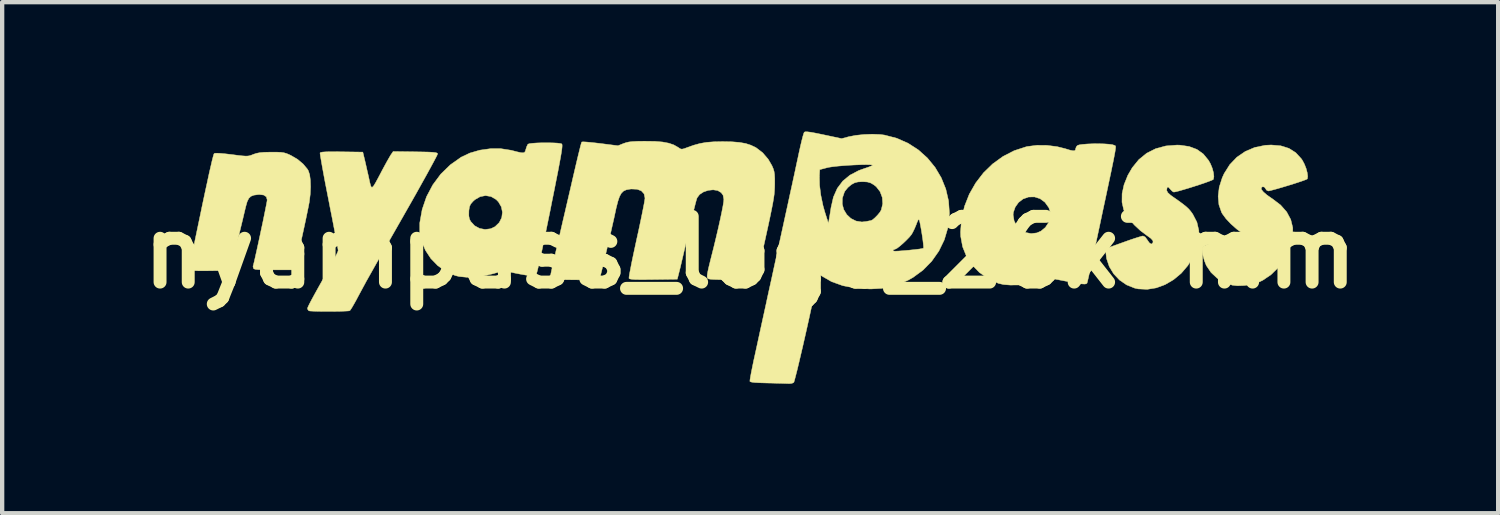
<source format=kicad_pcb>
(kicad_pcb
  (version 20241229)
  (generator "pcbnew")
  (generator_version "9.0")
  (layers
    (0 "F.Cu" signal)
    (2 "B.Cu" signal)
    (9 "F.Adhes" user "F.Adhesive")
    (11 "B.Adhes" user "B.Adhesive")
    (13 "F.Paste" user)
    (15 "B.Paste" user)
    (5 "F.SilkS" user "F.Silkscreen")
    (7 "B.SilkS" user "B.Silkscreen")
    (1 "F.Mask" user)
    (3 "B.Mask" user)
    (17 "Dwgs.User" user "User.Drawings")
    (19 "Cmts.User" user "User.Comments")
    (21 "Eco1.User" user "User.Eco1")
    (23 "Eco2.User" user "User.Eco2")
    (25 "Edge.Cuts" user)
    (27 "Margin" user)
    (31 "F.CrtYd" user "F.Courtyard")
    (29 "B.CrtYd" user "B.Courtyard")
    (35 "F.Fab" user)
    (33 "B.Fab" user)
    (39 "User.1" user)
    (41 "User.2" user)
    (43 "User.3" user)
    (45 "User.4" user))
  (footprint "nyampass_logo_26x7mm"
    (layer "F.Cu")
    (at 14.34 2.8)
    (property "Reference" "nyampass_logo_26x7mm" (at 0 0 0) (layer "F.SilkS") (effects (font (size 1.524 1.524) (thickness 0.3))))
    (attr through_hole)
    (fp_poly (pts (xy 9.963 -2.485) (xy 10.176 -2.454) (xy 10.356 -2.387) (xy 10.504 -2.281) (xy 10.624 -2.135) (xy 10.669 -2.056) (xy 10.712 -1.952) (xy 10.74 -1.848) (xy 10.75 -1.758) (xy 10.739 -1.696) (xy 10.735 -1.689) (xy 10.704 -1.673) (xy 10.635 -1.646) (xy 10.536 -1.61) (xy 10.417 -1.57) (xy 10.287 -1.528) (xy 10.157 -1.487) (xy 10.035 -1.451) (xy 9.931 -1.421) (xy 9.855 -1.403) (xy 9.819 -1.397) (xy 9.787 -1.415) (xy 9.744 -1.459) (xy 9.737 -1.467) (xy 9.699 -1.51) (xy 9.678 -1.516) (xy 9.664 -1.492) (xy 9.655 -1.438) (xy 9.68 -1.386) (xy 9.743 -1.328) (xy 9.784 -1.298) (xy 9.924 -1.2) (xy 10.029 -1.123) (xy 10.107 -1.061) (xy 10.166 -1.006) (xy 10.213 -0.951) (xy 10.256 -0.891) (xy 10.261 -0.884) (xy 10.356 -0.7) (xy 10.401 -0.505) (xy 10.398 -0.299) (xy 10.346 -0.08) (xy 10.272 0.097) (xy 10.147 0.305) (xy 9.993 0.485) (xy 9.815 0.633) (xy 9.62 0.747) (xy 9.415 0.823) (xy 9.205 0.857) (xy 8.997 0.847) (xy 8.914 0.829) (xy 8.728 0.755) (xy 8.563 0.642) (xy 8.427 0.498) (xy 8.325 0.33) (xy 8.263 0.147) (xy 8.248 0.031) (xy 8.242 -0.086) (xy 8.649 -0.232) (xy 8.786 -0.281) (xy 8.91 -0.323) (xy 9.012 -0.355) (xy 9.081 -0.375) (xy 9.106 -0.38) (xy 9.157 -0.356) (xy 9.208 -0.286) (xy 9.253 -0.221) (xy 9.296 -0.193) (xy 9.328 -0.205) (xy 9.341 -0.241) (xy 9.331 -0.279) (xy 9.287 -0.326) (xy 9.203 -0.387) (xy 9.193 -0.394) (xy 9.045 -0.505) (xy 8.907 -0.634) (xy 8.788 -0.77) (xy 8.699 -0.903) (xy 8.661 -0.982) (xy 8.62 -1.163) (xy 8.622 -1.361) (xy 8.668 -1.57) (xy 8.755 -1.786) (xy 8.858 -1.963) (xy 9.011 -2.151) (xy 9.193 -2.299) (xy 9.402 -2.404) (xy 9.637 -2.467) (xy 9.894 -2.487) (xy 9.963 -2.485)) (stroke (width 0.01) (type solid)) (fill yes) (layer "F.SilkS"))
    (fp_poly (pts (xy 12.3 -2.47) (xy 12.489 -2.411) (xy 12.647 -2.311) (xy 12.776 -2.171) (xy 12.8 -2.136) (xy 12.848 -2.046) (xy 12.888 -1.945) (xy 12.914 -1.846) (xy 12.925 -1.763) (xy 12.917 -1.708) (xy 12.912 -1.7) (xy 12.88 -1.685) (xy 12.809 -1.659) (xy 12.709 -1.625) (xy 12.589 -1.586) (xy 12.459 -1.546) (xy 12.329 -1.507) (xy 12.209 -1.472) (xy 12.109 -1.445) (xy 12.038 -1.427) (xy 12.01 -1.423) (xy 11.968 -1.444) (xy 11.951 -1.473) (xy 11.919 -1.515) (xy 11.877 -1.521) (xy 11.848 -1.497) (xy 11.852 -1.457) (xy 11.898 -1.4) (xy 11.98 -1.329) (xy 12.094 -1.249) (xy 12.107 -1.241) (xy 12.296 -1.097) (xy 12.438 -0.936) (xy 12.532 -0.76) (xy 12.579 -0.568) (xy 12.576 -0.363) (xy 12.563 -0.285) (xy 12.493 -0.055) (xy 12.383 0.161) (xy 12.24 0.355) (xy 12.071 0.52) (xy 11.881 0.648) (xy 11.753 0.707) (xy 11.61 0.747) (xy 11.449 0.769) (xy 11.292 0.774) (xy 11.179 0.761) (xy 10.995 0.7) (xy 10.826 0.599) (xy 10.684 0.466) (xy 10.578 0.31) (xy 10.569 0.291) (xy 10.532 0.199) (xy 10.503 0.098) (xy 10.482 0.001) (xy 10.474 -0.078) (xy 10.48 -0.126) (xy 10.484 -0.131) (xy 10.516 -0.148) (xy 10.586 -0.177) (xy 10.685 -0.215) (xy 10.802 -0.259) (xy 10.928 -0.304) (xy 11.052 -0.347) (xy 11.164 -0.384) (xy 11.255 -0.413) (xy 11.314 -0.429) (xy 11.329 -0.432) (xy 11.369 -0.41) (xy 11.405 -0.355) (xy 11.405 -0.355) (xy 11.442 -0.293) (xy 11.487 -0.251) (xy 11.528 -0.24) (xy 11.541 -0.246) (xy 11.557 -0.293) (xy 11.523 -0.351) (xy 11.44 -0.421) (xy 11.424 -0.432) (xy 11.279 -0.54) (xy 11.144 -0.66) (xy 11.031 -0.78) (xy 10.949 -0.891) (xy 10.929 -0.925) (xy 10.867 -1.103) (xy 10.849 -1.3) (xy 10.874 -1.51) (xy 10.943 -1.728) (xy 10.988 -1.827) (xy 11.119 -2.035) (xy 11.284 -2.207) (xy 11.479 -2.34) (xy 11.699 -2.433) (xy 11.941 -2.482) (xy 12.079 -2.489) (xy 12.3 -2.47)) (stroke (width 0.01) (type solid)) (fill yes) (layer "F.SilkS"))
    (fp_poly (pts (xy -4.578 -2.538) (xy -4.475 -2.533) (xy -4.401 -2.524) (xy -4.369 -2.515) (xy -4.362 -2.505) (xy -4.359 -2.482) (xy -4.36 -2.444) (xy -4.366 -2.387) (xy -4.378 -2.306) (xy -4.396 -2.199) (xy -4.421 -2.063) (xy -4.453 -1.892) (xy -4.494 -1.685) (xy -4.543 -1.436) (xy -4.602 -1.144) (xy -4.635 -0.975) (xy -4.707 -0.624) (xy -4.769 -0.32) (xy -4.823 -0.064) (xy -4.868 0.145) (xy -4.905 0.31) (xy -4.935 0.432) (xy -4.957 0.511) (xy -4.972 0.549) (xy -4.976 0.553) (xy -5.012 0.554) (xy -5.089 0.545) (xy -5.195 0.528) (xy -5.321 0.506) (xy -5.369 0.497) (xy -5.728 0.426) (xy -5.956 0.494) (xy -6.163 0.543) (xy -6.372 0.571) (xy -6.57 0.577) (xy -6.744 0.56) (xy -6.839 0.537) (xy -7.054 0.441) (xy -7.243 0.307) (xy -7.403 0.142) (xy -7.528 -0.048) (xy -7.615 -0.257) (xy -7.659 -0.478) (xy -7.659 -0.683) (xy -7.63 -0.845) (xy -6.522 -0.845) (xy -6.507 -0.772) (xy -6.479 -0.717) (xy -6.389 -0.618) (xy -6.274 -0.555) (xy -6.146 -0.531) (xy -6.016 -0.547) (xy -5.915 -0.595) (xy -5.817 -0.69) (xy -5.759 -0.804) (xy -5.743 -0.93) (xy -5.768 -1.055) (xy -5.835 -1.17) (xy -5.89 -1.226) (xy -6.007 -1.294) (xy -6.134 -1.316) (xy -6.261 -1.291) (xy -6.381 -1.222) (xy -6.425 -1.182) (xy -6.478 -1.121) (xy -6.506 -1.06) (xy -6.519 -0.979) (xy -6.521 -0.946) (xy -6.522 -0.845) (xy -7.63 -0.845) (xy -7.603 -0.996) (xy -7.502 -1.291) (xy -7.357 -1.565) (xy -7.173 -1.813) (xy -6.951 -2.029) (xy -6.701 -2.206) (xy -6.498 -2.302) (xy -6.267 -2.369) (xy -6.022 -2.403) (xy -5.776 -2.403) (xy -5.545 -2.367) (xy -5.524 -2.362) (xy -5.4 -2.33) (xy -5.315 -2.311) (xy -5.262 -2.307) (xy -5.231 -2.318) (xy -5.213 -2.345) (xy -5.2 -2.388) (xy -5.178 -2.456) (xy -5.153 -2.505) (xy -5.151 -2.508) (xy -5.116 -2.52) (xy -5.043 -2.529) (xy -4.941 -2.536) (xy -4.822 -2.54) (xy -4.697 -2.54) (xy -4.578 -2.538)) (stroke (width 0.01) (type solid)) (fill yes) (layer "F.SilkS"))
    (fp_poly (pts (xy 8.203 -2.515) (xy 8.315 -2.507) (xy 8.399 -2.496) (xy 8.444 -2.481) (xy 8.452 -2.476) (xy 8.46 -2.474) (xy 8.466 -2.47) (xy 8.47 -2.462) (xy 8.472 -2.446) (xy 8.471 -2.42) (xy 8.466 -2.382) (xy 8.458 -2.327) (xy 8.444 -2.253) (xy 8.426 -2.157) (xy 8.401 -2.037) (xy 8.371 -1.888) (xy 8.333 -1.709) (xy 8.288 -1.496) (xy 8.235 -1.246) (xy 8.173 -0.957) (xy 8.103 -0.625) (xy 8.022 -0.247) (xy 7.986 -0.079) (xy 7.945 0.113) (xy 7.907 0.288) (xy 7.873 0.442) (xy 7.845 0.567) (xy 7.824 0.657) (xy 7.811 0.707) (xy 7.808 0.715) (xy 7.79 0.729) (xy 7.752 0.735) (xy 7.69 0.731) (xy 7.595 0.718) (xy 7.462 0.695) (xy 7.329 0.67) (xy 6.985 0.604) (xy 6.75 0.673) (xy 6.581 0.713) (xy 6.396 0.741) (xy 6.209 0.756) (xy 6.031 0.758) (xy 5.876 0.746) (xy 5.756 0.719) (xy 5.753 0.718) (xy 5.518 0.609) (xy 5.314 0.466) (xy 5.145 0.291) (xy 5.014 0.091) (xy 4.925 -0.13) (xy 4.881 -0.369) (xy 4.877 -0.472) (xy 4.901 -0.776) (xy 4.922 -0.868) (xy 6.096 -0.868) (xy 6.119 -0.73) (xy 6.18 -0.612) (xy 6.273 -0.521) (xy 6.387 -0.46) (xy 6.514 -0.435) (xy 6.646 -0.451) (xy 6.742 -0.493) (xy 6.844 -0.578) (xy 6.917 -0.69) (xy 6.955 -0.815) (xy 6.955 -0.941) (xy 6.924 -1.036) (xy 6.834 -1.161) (xy 6.72 -1.245) (xy 6.59 -1.286) (xy 6.452 -1.283) (xy 6.324 -1.237) (xy 6.221 -1.157) (xy 6.144 -1.048) (xy 6.101 -0.924) (xy 6.096 -0.868) (xy 4.922 -0.868) (xy 4.97 -1.07) (xy 5.08 -1.349) (xy 5.228 -1.608) (xy 5.409 -1.844) (xy 5.621 -2.05) (xy 5.86 -2.223) (xy 6.12 -2.357) (xy 6.4 -2.448) (xy 6.435 -2.455) (xy 6.648 -2.482) (xy 6.882 -2.48) (xy 7.117 -2.45) (xy 7.301 -2.404) (xy 7.412 -2.37) (xy 7.484 -2.355) (xy 7.525 -2.358) (xy 7.542 -2.379) (xy 7.544 -2.4) (xy 7.56 -2.445) (xy 7.584 -2.475) (xy 7.625 -2.491) (xy 7.706 -2.503) (xy 7.816 -2.512) (xy 7.942 -2.517) (xy 8.075 -2.518) (xy 8.203 -2.515)) (stroke (width 0.01) (type solid)) (fill yes) (layer "F.SilkS"))
    (fp_poly (pts (xy -7.764 -2.331) (xy -7.587 -2.328) (xy -7.455 -2.325) (xy -7.361 -2.32) (xy -7.3 -2.313) (xy -7.264 -2.304) (xy -7.248 -2.292) (xy -7.245 -2.286) (xy -7.256 -2.257) (xy -7.29 -2.189) (xy -7.346 -2.084) (xy -7.42 -1.947) (xy -7.511 -1.781) (xy -7.617 -1.591) (xy -7.735 -1.379) (xy -7.864 -1.151) (xy -8.002 -0.909) (xy -8.028 -0.863) (xy -8.17 -0.614) (xy -8.307 -0.374) (xy -8.436 -0.147) (xy -8.555 0.063) (xy -8.662 0.25) (xy -8.753 0.412) (xy -8.827 0.543) (xy -8.881 0.639) (xy -8.913 0.696) (xy -8.914 0.699) (xy -8.971 0.804) (xy -9.04 0.932) (xy -9.109 1.061) (xy -9.132 1.105) (xy -9.187 1.203) (xy -9.234 1.284) (xy -9.269 1.337) (xy -9.282 1.352) (xy -9.315 1.358) (xy -9.388 1.362) (xy -9.492 1.366) (xy -9.617 1.368) (xy -9.752 1.369) (xy -9.887 1.369) (xy -10.013 1.367) (xy -10.119 1.364) (xy -10.195 1.36) (xy -10.23 1.355) (xy -10.257 1.322) (xy -10.262 1.296) (xy -10.249 1.263) (xy -10.215 1.192) (xy -10.161 1.089) (xy -10.091 0.961) (xy -10.009 0.813) (xy -9.918 0.651) (xy -9.906 0.631) (xy -9.814 0.469) (xy -9.73 0.318) (xy -9.659 0.186) (xy -9.603 0.078) (xy -9.566 0.002) (xy -9.551 -0.038) (xy -9.551 -0.04) (xy -9.555 -0.075) (xy -9.569 -0.155) (xy -9.591 -0.274) (xy -9.619 -0.426) (xy -9.654 -0.607) (xy -9.693 -0.811) (xy -9.737 -1.032) (xy -9.766 -1.183) (xy -9.811 -1.412) (xy -9.853 -1.626) (xy -9.889 -1.82) (xy -9.92 -1.989) (xy -9.944 -2.127) (xy -9.961 -2.229) (xy -9.97 -2.29) (xy -9.97 -2.306) (xy -9.954 -2.317) (xy -9.912 -2.325) (xy -9.839 -2.33) (xy -9.73 -2.333) (xy -9.578 -2.332) (xy -9.468 -2.331) (xy -8.979 -2.324) (xy -8.936 -2.146) (xy -8.911 -2.039) (xy -8.881 -1.905) (xy -8.849 -1.767) (xy -8.838 -1.716) (xy -8.817 -1.619) (xy -8.799 -1.551) (xy -8.782 -1.513) (xy -8.76 -1.509) (xy -8.729 -1.54) (xy -8.687 -1.608) (xy -8.628 -1.716) (xy -8.549 -1.866) (xy -8.542 -1.88) (xy -8.477 -2.001) (xy -8.416 -2.112) (xy -8.365 -2.201) (xy -8.331 -2.259) (xy -8.325 -2.267) (xy -8.276 -2.338) (xy -7.764 -2.331)) (stroke (width 0.01) (type solid)) (fill yes) (layer "F.SilkS"))
    (fp_poly (pts (xy -10.971 -2.323) (xy -10.878 -2.319) (xy -10.808 -2.309) (xy -10.746 -2.291) (xy -10.678 -2.262) (xy -10.643 -2.245) (xy -10.491 -2.156) (xy -10.361 -2.046) (xy -10.263 -1.928) (xy -10.242 -1.892) (xy -10.212 -1.801) (xy -10.195 -1.673) (xy -10.19 -1.518) (xy -10.198 -1.349) (xy -10.219 -1.177) (xy -10.223 -1.15) (xy -10.241 -1.057) (xy -10.268 -0.925) (xy -10.301 -0.765) (xy -10.339 -0.587) (xy -10.38 -0.4) (xy -10.421 -0.214) (xy -10.46 -0.04) (xy -10.495 0.113) (xy -10.524 0.236) (xy -10.543 0.311) (xy -10.568 0.406) (xy -11.035 0.406) (xy -11.202 0.406) (xy -11.325 0.404) (xy -11.411 0.4) (xy -11.467 0.394) (xy -11.499 0.384) (xy -11.514 0.371) (xy -11.516 0.366) (xy -11.525 0.322) (xy -11.521 0.309) (xy -11.512 0.278) (xy -11.494 0.205) (xy -11.47 0.097) (xy -11.44 -0.037) (xy -11.406 -0.192) (xy -11.37 -0.358) (xy -11.334 -0.528) (xy -11.298 -0.695) (xy -11.266 -0.852) (xy -11.238 -0.99) (xy -11.216 -1.101) (xy -11.201 -1.18) (xy -11.196 -1.217) (xy -11.216 -1.288) (xy -11.277 -1.329) (xy -11.376 -1.341) (xy -11.41 -1.339) (xy -11.505 -1.326) (xy -11.574 -1.299) (xy -11.623 -1.252) (xy -11.661 -1.174) (xy -11.694 -1.058) (xy -11.708 -0.999) (xy -11.732 -0.899) (xy -11.764 -0.762) (xy -11.804 -0.598) (xy -11.847 -0.418) (xy -11.892 -0.234) (xy -11.909 -0.165) (xy -12.054 0.419) (xy -12.5 0.426) (xy -12.67 0.428) (xy -12.796 0.427) (xy -12.883 0.423) (xy -12.939 0.416) (xy -12.969 0.404) (xy -12.975 0.399) (xy -12.981 0.375) (xy -12.979 0.325) (xy -12.969 0.245) (xy -12.95 0.13) (xy -12.921 -0.023) (xy -12.882 -0.22) (xy -12.851 -0.37) (xy -12.77 -0.756) (xy -12.7 -1.094) (xy -12.638 -1.385) (xy -12.584 -1.633) (xy -12.54 -1.838) (xy -12.502 -2.002) (xy -12.473 -2.128) (xy -12.45 -2.217) (xy -12.434 -2.272) (xy -12.424 -2.292) (xy -12.388 -2.299) (xy -12.306 -2.297) (xy -12.181 -2.286) (xy -12.024 -2.268) (xy -11.879 -2.249) (xy -11.774 -2.237) (xy -11.699 -2.232) (xy -11.644 -2.233) (xy -11.6 -2.241) (xy -11.555 -2.256) (xy -11.52 -2.271) (xy -11.447 -2.295) (xy -11.367 -2.311) (xy -11.266 -2.32) (xy -11.13 -2.323) (xy -11.1 -2.323) (xy -10.971 -2.323)) (stroke (width 0.01) (type solid)) (fill yes) (layer "F.SilkS"))
    (fp_poly (pts (xy -2.206 -2.573) (xy -2.029 -2.558) (xy -1.887 -2.531) (xy -1.77 -2.491) (xy -1.672 -2.435) (xy -1.667 -2.432) (xy -1.621 -2.401) (xy -1.583 -2.392) (xy -1.533 -2.403) (xy -1.476 -2.424) (xy -1.311 -2.483) (xy -1.162 -2.524) (xy -1.012 -2.55) (xy -0.845 -2.563) (xy -0.645 -2.567) (xy -0.635 -2.567) (xy -0.422 -2.563) (xy -0.249 -2.549) (xy -0.106 -2.524) (xy 0.015 -2.485) (xy 0.126 -2.432) (xy 0.14 -2.424) (xy 0.289 -2.31) (xy 0.418 -2.159) (xy 0.505 -2.01) (xy 0.535 -1.94) (xy 0.554 -1.877) (xy 0.565 -1.805) (xy 0.57 -1.711) (xy 0.57 -1.587) (xy 0.568 -1.506) (xy 0.564 -1.427) (xy 0.557 -1.344) (xy 0.544 -1.252) (xy 0.525 -1.141) (xy 0.499 -1.007) (xy 0.465 -0.841) (xy 0.422 -0.638) (xy 0.385 -0.47) (xy 0.34 -0.264) (xy 0.297 -0.07) (xy 0.258 0.108) (xy 0.224 0.261) (xy 0.196 0.382) (xy 0.177 0.465) (xy 0.169 0.495) (xy 0.136 0.622) (xy -0.411 0.629) (xy -0.598 0.631) (xy -0.74 0.631) (xy -0.843 0.628) (xy -0.914 0.623) (xy -0.959 0.616) (xy -0.983 0.605) (xy -0.988 0.6) (xy -0.996 0.576) (xy -0.996 0.53) (xy -0.984 0.457) (xy -0.961 0.35) (xy -0.925 0.203) (xy -0.905 0.123) (xy -0.844 -0.118) (xy -0.788 -0.35) (xy -0.737 -0.568) (xy -0.693 -0.766) (xy -0.657 -0.938) (xy -0.63 -1.077) (xy -0.614 -1.179) (xy -0.61 -1.229) (xy -0.628 -1.325) (xy -0.672 -1.385) (xy -0.753 -1.434) (xy -0.858 -1.45) (xy -0.972 -1.438) (xy -1.081 -1.401) (xy -1.172 -1.342) (xy -1.231 -1.263) (xy -1.231 -1.263) (xy -1.246 -1.217) (xy -1.27 -1.129) (xy -1.301 -1.006) (xy -1.338 -0.855) (xy -1.379 -0.684) (xy -1.422 -0.501) (xy -1.423 -0.495) (xy -1.467 -0.302) (xy -1.511 -0.114) (xy -1.552 0.061) (xy -1.588 0.213) (xy -1.616 0.333) (xy -1.634 0.406) (xy -1.689 0.622) (xy -2.242 0.629) (xy -2.428 0.631) (xy -2.57 0.631) (xy -2.672 0.629) (xy -2.742 0.624) (xy -2.784 0.617) (xy -2.805 0.607) (xy -2.809 0.6) (xy -2.807 0.568) (xy -2.795 0.492) (xy -2.773 0.378) (xy -2.745 0.233) (xy -2.709 0.061) (xy -2.668 -0.13) (xy -2.631 -0.302) (xy -2.585 -0.509) (xy -2.544 -0.703) (xy -2.508 -0.878) (xy -2.478 -1.027) (xy -2.455 -1.146) (xy -2.442 -1.226) (xy -2.438 -1.258) (xy -2.459 -1.356) (xy -2.521 -1.425) (xy -2.619 -1.463) (xy -2.752 -1.469) (xy -2.786 -1.466) (xy -2.869 -1.451) (xy -2.934 -1.422) (xy -2.986 -1.371) (xy -3.029 -1.293) (xy -3.067 -1.181) (xy -3.106 -1.028) (xy -3.122 -0.953) (xy -3.155 -0.799) (xy -3.194 -0.628) (xy -3.235 -0.445) (xy -3.278 -0.258) (xy -3.322 -0.072) (xy -3.364 0.104) (xy -3.402 0.264) (xy -3.436 0.402) (xy -3.463 0.509) (xy -3.483 0.581) (xy -3.492 0.608) (xy -3.522 0.618) (xy -3.594 0.626) (xy -3.698 0.632) (xy -3.825 0.635) (xy -3.967 0.637) (xy -4.115 0.636) (xy -4.259 0.634) (xy -4.392 0.63) (xy -4.503 0.624) (xy -4.584 0.616) (xy -4.625 0.607) (xy -4.629 0.603) (xy -4.632 0.595) (xy -4.633 0.585) (xy -4.632 0.569) (xy -4.629 0.544) (xy -4.622 0.505) (xy -4.61 0.448) (xy -4.593 0.37) (xy -4.57 0.268) (xy -4.54 0.137) (xy -4.503 -0.027) (xy -4.457 -0.226) (xy -4.401 -0.466) (xy -4.336 -0.749) (xy -4.297 -0.914) (xy -4.222 -1.238) (xy -4.157 -1.517) (xy -4.103 -1.752) (xy -4.057 -1.949) (xy -4.019 -2.111) (xy -3.988 -2.241) (xy -3.963 -2.342) (xy -3.944 -2.419) (xy -3.93 -2.475) (xy -3.919 -2.513) (xy -3.912 -2.538) (xy -3.906 -2.552) (xy -3.901 -2.559) (xy -3.901 -2.559) (xy -3.871 -2.562) (xy -3.8 -2.558) (xy -3.697 -2.549) (xy -3.569 -2.535) (xy -3.474 -2.524) (xy -3.064 -2.472) (xy -2.935 -2.524) (xy -2.875 -2.544) (xy -2.81 -2.559) (xy -2.73 -2.568) (xy -2.624 -2.574) (xy -2.48 -2.576) (xy -2.426 -2.576) (xy -2.206 -2.573)) (stroke (width 0.01) (type solid)) (fill yes) (layer "F.SilkS"))
    (fp_poly (pts (xy 1.328 -2.794) (xy 1.409 -2.784) (xy 1.527 -2.762) (xy 1.688 -2.729) (xy 1.702 -2.726) (xy 2.121 -2.637) (xy 2.286 -2.681) (xy 2.448 -2.712) (xy 2.638 -2.732) (xy 2.833 -2.739) (xy 3.014 -2.732) (xy 3.114 -2.719) (xy 3.399 -2.645) (xy 3.663 -2.528) (xy 3.901 -2.374) (xy 4.11 -2.186) (xy 4.287 -1.97) (xy 4.43 -1.729) (xy 4.535 -1.469) (xy 4.599 -1.193) (xy 4.619 -0.907) (xy 4.592 -0.615) (xy 4.582 -0.564) (xy 4.5 -0.289) (xy 4.374 -0.03) (xy 4.208 0.206) (xy 4.007 0.411) (xy 3.776 0.581) (xy 3.656 0.648) (xy 3.451 0.74) (xy 3.253 0.801) (xy 3.043 0.835) (xy 2.805 0.848) (xy 2.769 0.848) (xy 2.442 0.829) (xy 2.148 0.772) (xy 1.888 0.679) (xy 1.669 0.553) (xy 1.618 0.522) (xy 1.588 0.513) (xy 1.586 0.514) (xy 1.577 0.541) (xy 1.561 0.61) (xy 1.538 0.712) (xy 1.511 0.839) (xy 1.487 0.955) (xy 1.45 1.135) (xy 1.408 1.333) (xy 1.362 1.544) (xy 1.314 1.76) (xy 1.265 1.977) (xy 1.217 2.188) (xy 1.17 2.387) (xy 1.127 2.57) (xy 1.089 2.729) (xy 1.056 2.858) (xy 1.031 2.953) (xy 1.015 3.007) (xy 1.01 3.016) (xy 0.969 3.036) (xy 0.903 3.043) (xy 0.892 3.042) (xy 0.835 3.04) (xy 0.738 3.037) (xy 0.613 3.034) (xy 0.472 3.03) (xy 0.403 3.029) (xy 0.236 3.024) (xy 0.116 3.018) (xy 0.039 3.009) (xy 0.000441 2.997) (xy -0.006 2.99) (xy -0.004 2.957) (xy 0.008 2.882) (xy 0.028 2.774) (xy 0.055 2.64) (xy 0.086 2.489) (xy 0.092 2.464) (xy 0.125 2.314) (xy 0.166 2.126) (xy 0.213 1.909) (xy 0.264 1.675) (xy 0.317 1.433) (xy 0.369 1.196) (xy 0.391 1.092) (xy 0.442 0.858) (xy 0.502 0.587) (xy 0.566 0.292) (xy 0.633 -0.015) (xy 0.638 -0.038) (xy 3.312 -0.038) (xy 3.327 -0.03) (xy 3.366 -0.027) (xy 3.436 -0.03) (xy 3.543 -0.038) (xy 3.694 -0.051) (xy 3.708 -0.053) (xy 3.825 -0.065) (xy 3.923 -0.077) (xy 3.991 -0.089) (xy 4.018 -0.097) (xy 4.02 -0.126) (xy 4.014 -0.194) (xy 4.003 -0.288) (xy 3.987 -0.398) (xy 3.969 -0.511) (xy 3.95 -0.616) (xy 3.933 -0.701) (xy 3.921 -0.748) (xy 3.908 -0.764) (xy 3.889 -0.741) (xy 3.861 -0.676) (xy 3.85 -0.644) (xy 3.81 -0.549) (xy 3.767 -0.461) (xy 3.739 -0.413) (xy 3.689 -0.352) (xy 3.62 -0.281) (xy 3.543 -0.208) (xy 3.468 -0.143) (xy 3.406 -0.096) (xy 3.367 -0.076) (xy 3.365 -0.076) (xy 3.323 -0.06) (xy 3.315 -0.051) (xy 3.312 -0.038) (xy 0.638 -0.038) (xy 0.7 -0.321) (xy 0.764 -0.613) (xy 0.813 -0.838) (xy 0.867 -1.083) (xy 0.92 -1.329) (xy 0.973 -1.57) (xy 1.015 -1.765) (xy 1.605 -1.765) (xy 1.609 -1.558) (xy 1.638 -1.325) (xy 1.689 -1.082) (xy 1.733 -0.927) (xy 1.814 -0.673) (xy 1.832 -0.775) (xy 1.846 -0.856) (xy 1.863 -0.961) (xy 1.875 -1.041) (xy 1.893 -1.119) (xy 2.135 -1.119) (xy 2.17 -0.99) (xy 2.239 -0.876) (xy 2.335 -0.786) (xy 2.454 -0.726) (xy 2.59 -0.704) (xy 2.692 -0.716) (xy 2.756 -0.729) (xy 2.797 -0.736) (xy 2.799 -0.736) (xy 2.838 -0.755) (xy 2.894 -0.803) (xy 2.955 -0.865) (xy 3.008 -0.93) (xy 3.039 -0.983) (xy 3.073 -1.126) (xy 3.063 -1.272) (xy 3.012 -1.408) (xy 2.923 -1.522) (xy 2.865 -1.568) (xy 2.79 -1.611) (xy 2.714 -1.632) (xy 2.616 -1.638) (xy 2.603 -1.638) (xy 2.501 -1.633) (xy 2.424 -1.614) (xy 2.35 -1.574) (xy 2.342 -1.568) (xy 2.266 -1.504) (xy 2.201 -1.425) (xy 2.185 -1.398) (xy 2.138 -1.258) (xy 2.135 -1.119) (xy 1.893 -1.119) (xy 1.93 -1.281) (xy 2.02 -1.484) (xy 2.147 -1.653) (xy 2.312 -1.789) (xy 2.517 -1.897) (xy 2.643 -1.942) (xy 2.732 -1.972) (xy 2.801 -1.999) (xy 2.837 -2.017) (xy 2.838 -2.018) (xy 2.826 -2.027) (xy 2.771 -2.033) (xy 2.682 -2.034) (xy 2.569 -2.032) (xy 2.438 -2.027) (xy 2.299 -2.02) (xy 2.16 -2.01) (xy 2.029 -1.999) (xy 1.915 -1.986) (xy 1.827 -1.973) (xy 1.791 -1.965) (xy 1.613 -1.918) (xy 1.605 -1.765) (xy 1.015 -1.765) (xy 1.022 -1.795) (xy 1.065 -1.998) (xy 1.102 -2.169) (xy 1.13 -2.301) (xy 1.135 -2.324) (xy 1.167 -2.467) (xy 1.197 -2.594) (xy 1.223 -2.695) (xy 1.244 -2.762) (xy 1.254 -2.786) (xy 1.278 -2.795) (xy 1.328 -2.794)) (stroke (width 0.01) (type solid)) (fill yes) (layer "F.SilkS")))
  (gr_rect
    (start -3 -3)
    (end 31.68 8.847)
    (stroke (width 0.1) (type default))
    (fill no)
    (layer "Edge.Cuts")))
</source>
